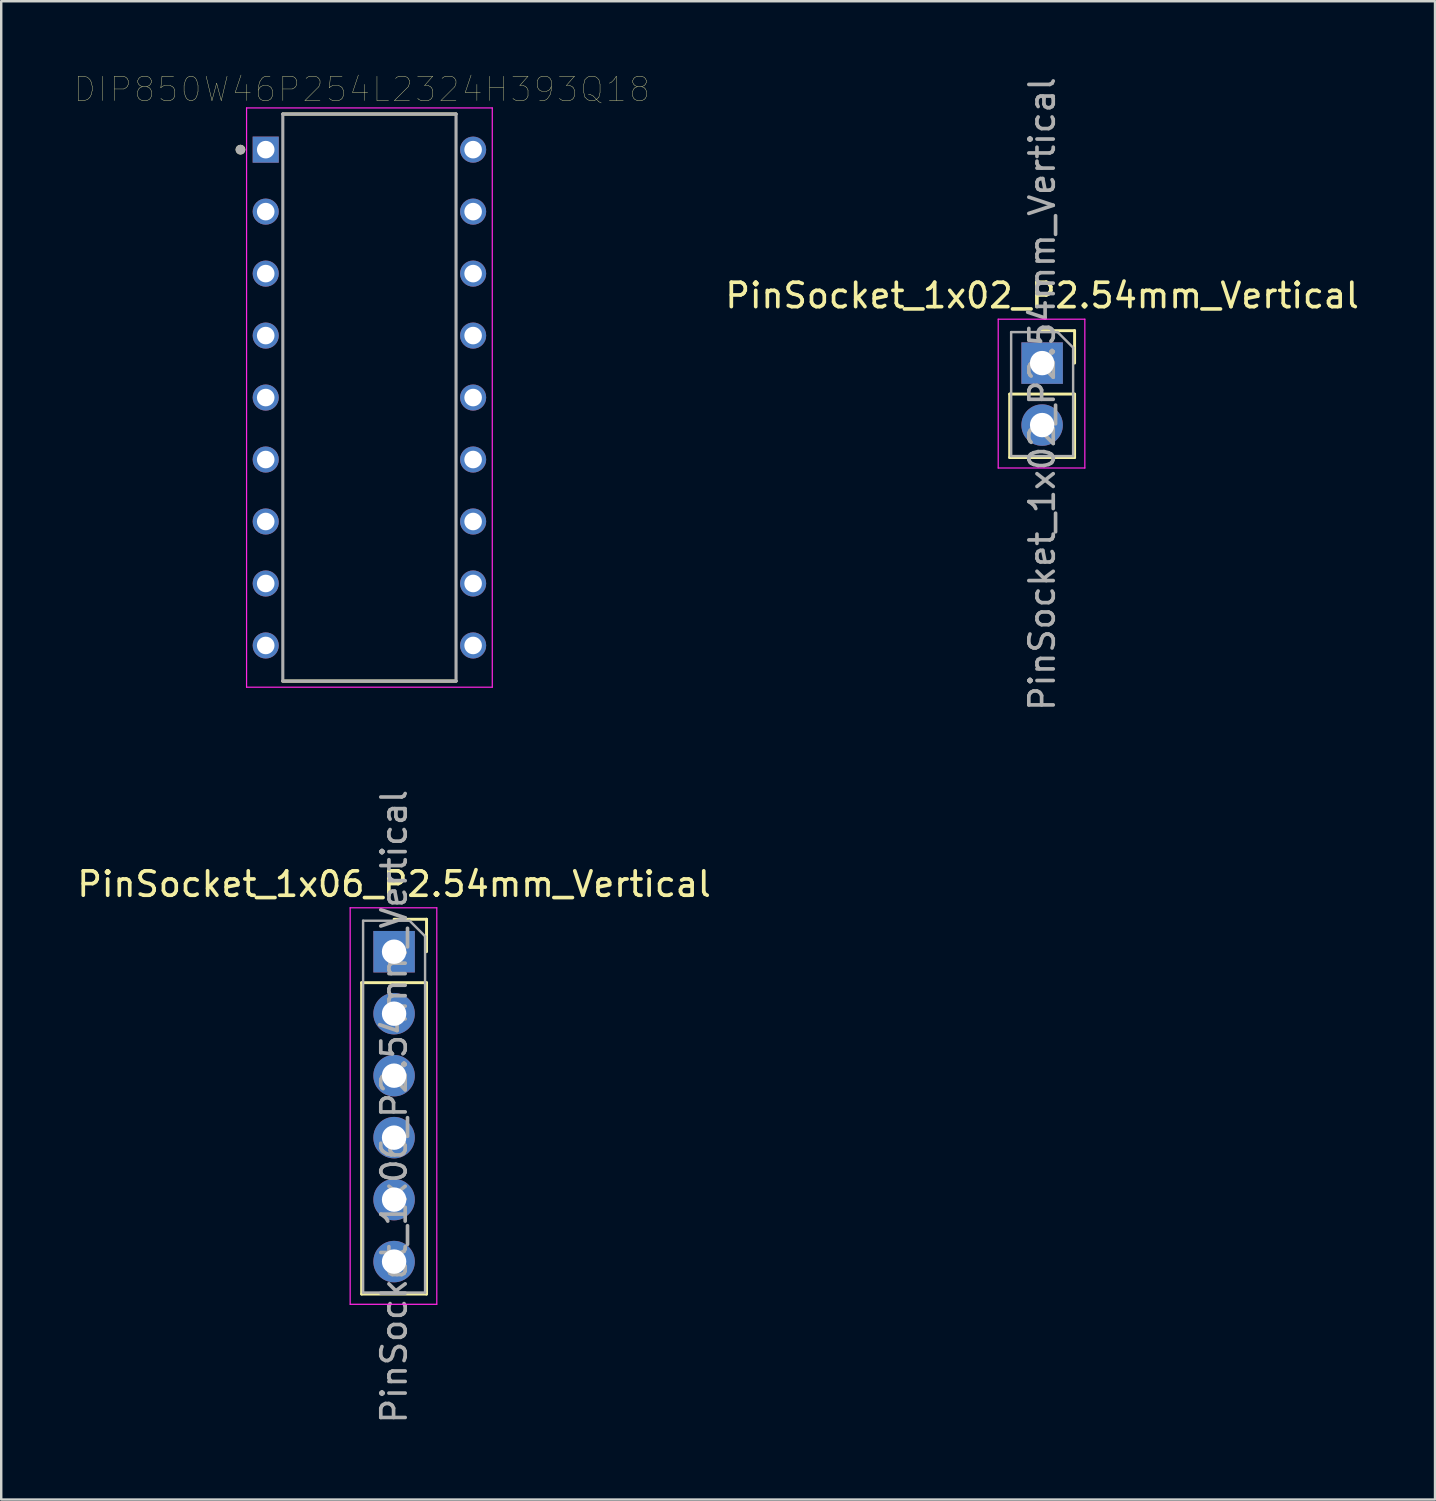
<source format=kicad_pcb>
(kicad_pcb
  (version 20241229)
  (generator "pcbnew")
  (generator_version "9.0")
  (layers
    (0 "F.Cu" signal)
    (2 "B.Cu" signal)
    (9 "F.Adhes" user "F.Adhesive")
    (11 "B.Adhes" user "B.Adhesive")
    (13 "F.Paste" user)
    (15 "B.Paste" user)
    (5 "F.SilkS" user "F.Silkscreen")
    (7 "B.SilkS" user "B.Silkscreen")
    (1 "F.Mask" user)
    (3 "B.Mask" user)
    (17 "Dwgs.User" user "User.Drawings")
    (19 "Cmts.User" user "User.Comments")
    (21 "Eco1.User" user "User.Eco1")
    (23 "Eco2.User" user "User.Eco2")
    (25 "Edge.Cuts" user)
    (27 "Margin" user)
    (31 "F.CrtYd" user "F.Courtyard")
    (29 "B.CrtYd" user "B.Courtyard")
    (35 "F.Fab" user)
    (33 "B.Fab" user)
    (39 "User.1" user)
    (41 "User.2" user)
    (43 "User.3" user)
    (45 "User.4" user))
  (footprint "PinSocket_1x02_P2.54mm_Vertical"
    (layer "F.Cu")
    (at 39.66 11.831)
    (property "Reference" "PinSocket_1x02_P2.54mm_Vertical" (at 0 -2.77 0) (layer "F.SilkS") (effects (font (size 1 1) (thickness 0.15))))
    (attr through_hole)
    (fp_line (start -1.33 1.27) (end -1.33 3.87) (stroke (width 0.12) (type solid)) (layer "F.SilkS"))
    (fp_line (start -1.33 1.27) (end 1.33 1.27) (stroke (width 0.12) (type solid)) (layer "F.SilkS"))
    (fp_line (start -1.33 3.87) (end 1.33 3.87) (stroke (width 0.12) (type solid)) (layer "F.SilkS"))
    (fp_line (start 0 -1.33) (end 1.33 -1.33) (stroke (width 0.12) (type solid)) (layer "F.SilkS"))
    (fp_line (start 1.33 -1.33) (end 1.33 0) (stroke (width 0.12) (type solid)) (layer "F.SilkS"))
    (fp_line (start 1.33 1.27) (end 1.33 3.87) (stroke (width 0.12) (type solid)) (layer "F.SilkS"))
    (fp_line (start -1.8 -1.8) (end 1.75 -1.8) (stroke (width 0.05) (type solid)) (layer "F.CrtYd"))
    (fp_line (start -1.8 4.3) (end -1.8 -1.8) (stroke (width 0.05) (type solid)) (layer "F.CrtYd"))
    (fp_line (start 1.75 -1.8) (end 1.75 4.3) (stroke (width 0.05) (type solid)) (layer "F.CrtYd"))
    (fp_line (start 1.75 4.3) (end -1.8 4.3) (stroke (width 0.05) (type solid)) (layer "F.CrtYd"))
    (fp_line (start -1.27 -1.27) (end 0.635 -1.27) (stroke (width 0.1) (type solid)) (layer "F.Fab"))
    (fp_line (start -1.27 3.81) (end -1.27 -1.27) (stroke (width 0.1) (type solid)) (layer "F.Fab"))
    (fp_line (start 0.635 -1.27) (end 1.27 -0.635) (stroke (width 0.1) (type solid)) (layer "F.Fab"))
    (fp_line (start 1.27 -0.635) (end 1.27 3.81) (stroke (width 0.1) (type solid)) (layer "F.Fab"))
    (fp_line (start 1.27 3.81) (end -1.27 3.81) (stroke (width 0.1) (type solid)) (layer "F.Fab"))
    (fp_text user "${REFERENCE}" (at 0 1.27 90) (layer "F.Fab") (effects (font (size 1 1) (thickness 0.15))))
    (pad "1" thru_hole rect (at 0 0) (size 1.7 1.7) (drill 1) (layers "*.Cu" "*.Mask"))
    (pad "2" thru_hole oval (at 0 2.54) (size 1.7 1.7) (drill 1) (layers "*.Cu" "*.Mask")))
  (footprint "PinSocket_1x06_P2.54mm_Vertical"
    (layer "F.Cu")
    (at 13.101 35.954)
    (property "Reference" "PinSocket_1x06_P2.54mm_Vertical" (at 0 -2.77 0) (layer "F.SilkS") (effects (font (size 1 1) (thickness 0.15))))
    (attr through_hole)
    (fp_line (start -1.33 1.27) (end -1.33 14.03) (stroke (width 0.12) (type solid)) (layer "F.SilkS"))
    (fp_line (start -1.33 1.27) (end 1.33 1.27) (stroke (width 0.12) (type solid)) (layer "F.SilkS"))
    (fp_line (start -1.33 14.03) (end 1.33 14.03) (stroke (width 0.12) (type solid)) (layer "F.SilkS"))
    (fp_line (start 0 -1.33) (end 1.33 -1.33) (stroke (width 0.12) (type solid)) (layer "F.SilkS"))
    (fp_line (start 1.33 -1.33) (end 1.33 0) (stroke (width 0.12) (type solid)) (layer "F.SilkS"))
    (fp_line (start 1.33 1.27) (end 1.33 14.03) (stroke (width 0.12) (type solid)) (layer "F.SilkS"))
    (fp_line (start -1.8 -1.8) (end 1.75 -1.8) (stroke (width 0.05) (type solid)) (layer "F.CrtYd"))
    (fp_line (start -1.8 14.45) (end -1.8 -1.8) (stroke (width 0.05) (type solid)) (layer "F.CrtYd"))
    (fp_line (start 1.75 -1.8) (end 1.75 14.45) (stroke (width 0.05) (type solid)) (layer "F.CrtYd"))
    (fp_line (start 1.75 14.45) (end -1.8 14.45) (stroke (width 0.05) (type solid)) (layer "F.CrtYd"))
    (fp_line (start -1.27 -1.27) (end 0.635 -1.27) (stroke (width 0.1) (type solid)) (layer "F.Fab"))
    (fp_line (start -1.27 13.97) (end -1.27 -1.27) (stroke (width 0.1) (type solid)) (layer "F.Fab"))
    (fp_line (start 0.635 -1.27) (end 1.27 -0.635) (stroke (width 0.1) (type solid)) (layer "F.Fab"))
    (fp_line (start 1.27 -0.635) (end 1.27 13.97) (stroke (width 0.1) (type solid)) (layer "F.Fab"))
    (fp_line (start 1.27 13.97) (end -1.27 13.97) (stroke (width 0.1) (type solid)) (layer "F.Fab"))
    (fp_text user "${REFERENCE}" (at 0 6.35 90) (layer "F.Fab") (effects (font (size 1 1) (thickness 0.15))))
    (pad "1" thru_hole rect (at 0 0) (size 1.7 1.7) (drill 1) (layers "*.Cu" "*.Mask"))
    (pad "2" thru_hole oval (at 0 2.54) (size 1.7 1.7) (drill 1) (layers "*.Cu" "*.Mask"))
    (pad "3" thru_hole oval (at 0 5.08) (size 1.7 1.7) (drill 1) (layers "*.Cu" "*.Mask"))
    (pad "4" thru_hole oval (at 0 7.62) (size 1.7 1.7) (drill 1) (layers "*.Cu" "*.Mask"))
    (pad "5" thru_hole oval (at 0 10.16) (size 1.7 1.7) (drill 1) (layers "*.Cu" "*.Mask"))
    (pad "6" thru_hole oval (at 0 12.7) (size 1.7 1.7) (drill 1) (layers "*.Cu" "*.Mask")))
  (footprint "DIP850W46P254L2324H393Q18"
    (layer "F.Cu")
    (at 12.09 13.243)
    (property "Reference" "DIP850W46P254L2324H393Q18" (at -0.31 -12.632 0) (layer "F.SilkS") (effects (font (size 1 1) (thickness 0.015))))
    (attr through_hole)
    (fp_line (start -3.55 -11.62) (end 3.55 -11.62) (stroke (width 0.127) (type solid)) (layer "F.SilkS"))
    (fp_line (start -3.55 11.62) (end 3.55 11.62) (stroke (width 0.127) (type solid)) (layer "F.SilkS"))
    (fp_circle (center -5.285 -10.16) (end -5.185 -10.16) (stroke (width 0.2) (type solid)) (fill no) (layer "F.SilkS"))
    (fp_line (start -5.035 -11.87) (end -5.035 11.87) (stroke (width 0.05) (type solid)) (layer "F.CrtYd"))
    (fp_line (start 5.035 -11.87) (end -5.035 -11.87) (stroke (width 0.05) (type solid)) (layer "F.CrtYd"))
    (fp_line (start 5.035 -11.87) (end 5.035 11.87) (stroke (width 0.05) (type solid)) (layer "F.CrtYd"))
    (fp_line (start 5.035 11.87) (end -5.035 11.87) (stroke (width 0.05) (type solid)) (layer "F.CrtYd"))
    (fp_line (start -3.55 -11.62) (end -3.55 11.62) (stroke (width 0.127) (type solid)) (layer "F.Fab"))
    (fp_line (start -3.55 -11.62) (end 3.55 -11.62) (stroke (width 0.127) (type solid)) (layer "F.Fab"))
    (fp_line (start -3.55 11.62) (end 3.55 11.62) (stroke (width 0.127) (type solid)) (layer "F.Fab"))
    (fp_line (start 3.55 -11.62) (end 3.55 11.62) (stroke (width 0.127) (type solid)) (layer "F.Fab"))
    (fp_circle (center -5.285 -10.16) (end -5.185 -10.16) (stroke (width 0.2) (type solid)) (fill no) (layer "F.Fab"))
    (pad "1" thru_hole rect (at -4.25 -10.16) (size 1.07 1.07) (drill 0.72) (layers "*.Cu" "*.Mask"))
    (pad "2" thru_hole circle (at -4.25 -7.62) (size 1.07 1.07) (drill 0.72) (layers "*.Cu" "*.Mask"))
    (pad "3" thru_hole circle (at -4.25 -5.08) (size 1.07 1.07) (drill 0.72) (layers "*.Cu" "*.Mask"))
    (pad "4" thru_hole circle (at -4.25 -2.54) (size 1.07 1.07) (drill 0.72) (layers "*.Cu" "*.Mask"))
    (pad "5" thru_hole circle (at -4.25 0) (size 1.07 1.07) (drill 0.72) (layers "*.Cu" "*.Mask"))
    (pad "6" thru_hole circle (at -4.25 2.54) (size 1.07 1.07) (drill 0.72) (layers "*.Cu" "*.Mask"))
    (pad "7" thru_hole circle (at -4.25 5.08) (size 1.07 1.07) (drill 0.72) (layers "*.Cu" "*.Mask"))
    (pad "8" thru_hole circle (at -4.25 7.62) (size 1.07 1.07) (drill 0.72) (layers "*.Cu" "*.Mask"))
    (pad "9" thru_hole circle (at -4.25 10.16) (size 1.07 1.07) (drill 0.72) (layers "*.Cu" "*.Mask"))
    (pad "10" thru_hole circle (at 4.25 10.16) (size 1.07 1.07) (drill 0.72) (layers "*.Cu" "*.Mask"))
    (pad "11" thru_hole circle (at 4.25 7.62) (size 1.07 1.07) (drill 0.72) (layers "*.Cu" "*.Mask"))
    (pad "12" thru_hole circle (at 4.25 5.08) (size 1.07 1.07) (drill 0.72) (layers "*.Cu" "*.Mask"))
    (pad "13" thru_hole circle (at 4.25 2.54) (size 1.07 1.07) (drill 0.72) (layers "*.Cu" "*.Mask"))
    (pad "14" thru_hole circle (at 4.25 0) (size 1.07 1.07) (drill 0.72) (layers "*.Cu" "*.Mask"))
    (pad "15" thru_hole circle (at 4.25 -2.54) (size 1.07 1.07) (drill 0.72) (layers "*.Cu" "*.Mask"))
    (pad "16" thru_hole circle (at 4.25 -5.08) (size 1.07 1.07) (drill 0.72) (layers "*.Cu" "*.Mask"))
    (pad "17" thru_hole circle (at 4.25 -7.62) (size 1.07 1.07) (drill 0.72) (layers "*.Cu" "*.Mask"))
    (pad "18" thru_hole circle (at 4.25 -10.16) (size 1.07 1.07) (drill 0.72) (layers "*.Cu" "*.Mask")))
  (gr_rect
    (start -3 -3)
    (end 55.762 58.405)
    (stroke (width 0.1) (type default))
    (fill no)
    (layer "Edge.Cuts")))
</source>
